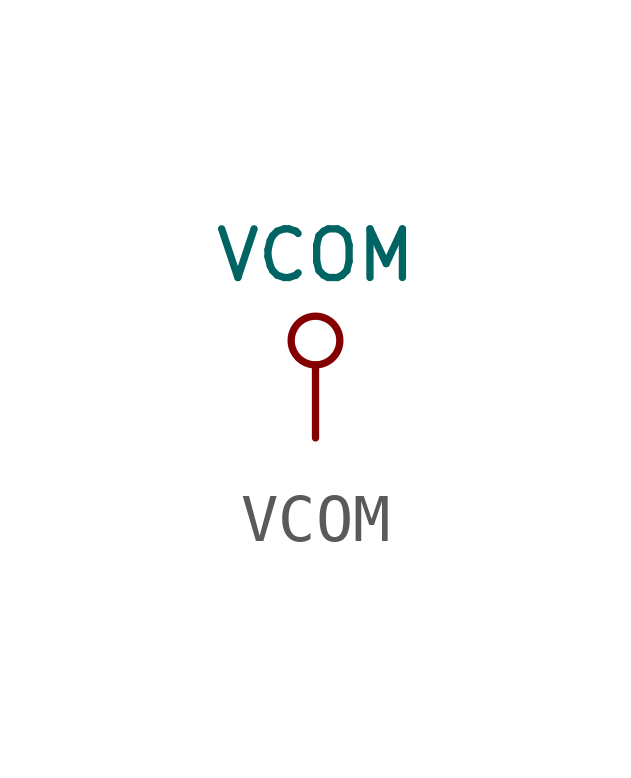
<source format=kicad_sym>
(kicad_symbol_lib
  (version 20211014)
  (generator kicad_symbol_editor)
  (symbol "VCOM"
    (pin_names
      (offset 0))
    (property "Reference" "#PWR"
      (at 0 5.08 0)
      (effects (font (size 1.016 1.016)) hide))
    (property "Value" "VCOM"
      (at 0 3.81 0)
      (effects (font (size 1.016 1.016))))
    (symbol "VCOM_0_0"
      (pin power_in line (at 0 0 90) (length 0) hide (name "VCOM" (effects (font (size 1.016 1.016)))) (number "1" (effects (font (size 1.016 1.016))))))
    (symbol "VCOM_0_1"
      (polyline (pts (xy 0 1.524) (xy 0 0)) (stroke (width 0) (type default) (color 0 0 0 0)) (fill (type none)))
      (circle (center 0 2.032) (radius 0.508) (stroke (width 0) (type default) (color 0 0 0 0)) (fill (type none))))))
</source>
